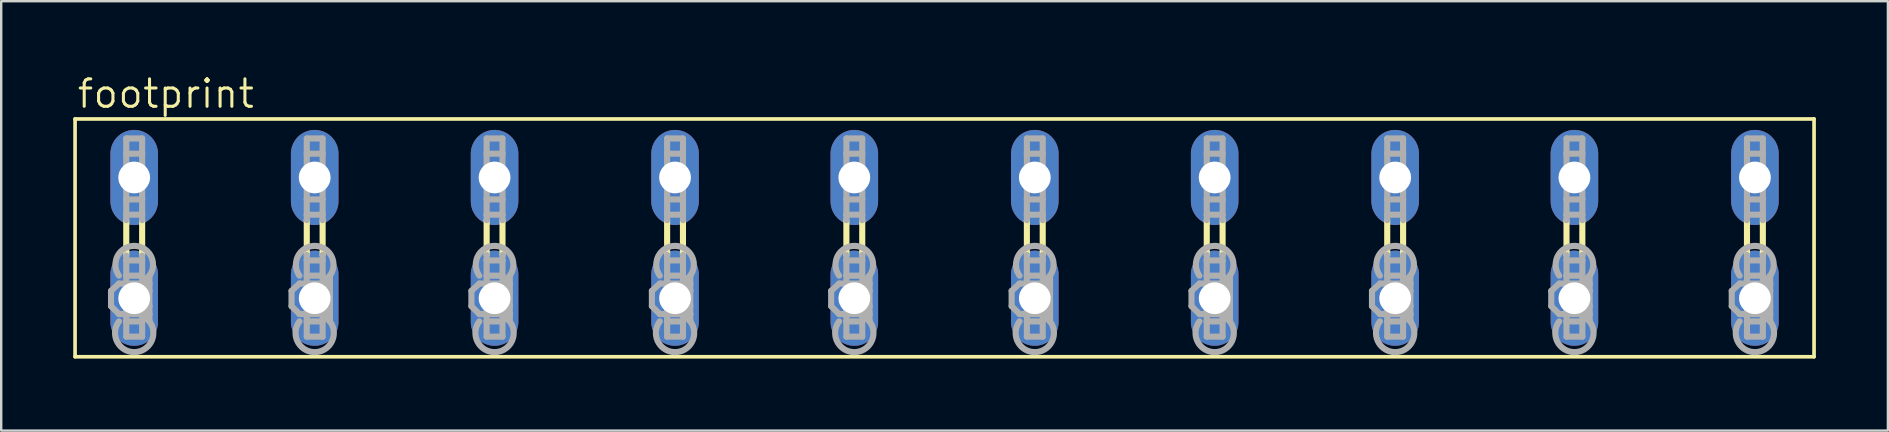
<source format=kicad_pcb>
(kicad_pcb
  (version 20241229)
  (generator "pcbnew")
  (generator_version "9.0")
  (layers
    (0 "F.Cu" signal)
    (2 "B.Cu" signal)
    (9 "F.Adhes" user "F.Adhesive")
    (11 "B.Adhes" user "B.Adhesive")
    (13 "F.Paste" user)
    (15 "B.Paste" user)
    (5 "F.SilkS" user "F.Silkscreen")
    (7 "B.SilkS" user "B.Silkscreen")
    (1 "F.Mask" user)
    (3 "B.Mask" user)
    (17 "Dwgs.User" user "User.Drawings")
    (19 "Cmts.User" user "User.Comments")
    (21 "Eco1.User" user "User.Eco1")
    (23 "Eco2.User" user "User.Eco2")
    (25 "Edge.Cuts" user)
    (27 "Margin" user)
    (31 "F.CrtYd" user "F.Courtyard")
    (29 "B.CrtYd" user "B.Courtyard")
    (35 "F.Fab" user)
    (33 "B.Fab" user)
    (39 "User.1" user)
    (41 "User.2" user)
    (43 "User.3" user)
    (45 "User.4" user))
  (footprint "footprint"
    (layer "F.Cu")
    (at 36.297 6.858)
    (property "Reference" "footprint" (at -36.195 -5.334 0) (layer "F.SilkS") (effects (font (size 1.143 1.143) (thickness 0.127)) (justify left bottom)))
    (fp_line (start -36.22 -4.953) (end -36.22 4.953) (stroke (width 0.152) (type solid)) (layer "F.SilkS"))
    (fp_line (start -36.22 -4.953) (end 36.22 -4.953) (stroke (width 0.152) (type solid)) (layer "F.SilkS"))
    (fp_line (start -34.087 0.711) (end -34.087 -0.737) (stroke (width 0.254) (type solid)) (layer "F.SilkS"))
    (fp_line (start -33.426 0.711) (end -33.426 -0.737) (stroke (width 0.254) (type solid)) (layer "F.SilkS"))
    (fp_line (start -26.568 0.711) (end -26.568 -0.737) (stroke (width 0.254) (type solid)) (layer "F.SilkS"))
    (fp_line (start -25.908 0.711) (end -25.908 -0.737) (stroke (width 0.254) (type solid)) (layer "F.SilkS"))
    (fp_line (start -19.075 0.711) (end -19.075 -0.737) (stroke (width 0.254) (type solid)) (layer "F.SilkS"))
    (fp_line (start -18.415 0.711) (end -18.415 -0.737) (stroke (width 0.254) (type solid)) (layer "F.SilkS"))
    (fp_line (start -11.557 0.711) (end -11.557 -0.737) (stroke (width 0.254) (type solid)) (layer "F.SilkS"))
    (fp_line (start -10.897 0.711) (end -10.897 -0.737) (stroke (width 0.254) (type solid)) (layer "F.SilkS"))
    (fp_line (start -4.089 0.711) (end -4.089 -0.737) (stroke (width 0.254) (type solid)) (layer "F.SilkS"))
    (fp_line (start -3.429 0.711) (end -3.429 -0.737) (stroke (width 0.254) (type solid)) (layer "F.SilkS"))
    (fp_line (start 3.429 0.711) (end 3.429 -0.737) (stroke (width 0.254) (type solid)) (layer "F.SilkS"))
    (fp_line (start 4.089 0.711) (end 4.089 -0.737) (stroke (width 0.254) (type solid)) (layer "F.SilkS"))
    (fp_line (start 10.922 0.711) (end 10.922 -0.737) (stroke (width 0.254) (type solid)) (layer "F.SilkS"))
    (fp_line (start 11.582 0.711) (end 11.582 -0.737) (stroke (width 0.254) (type solid)) (layer "F.SilkS"))
    (fp_line (start 18.44 0.711) (end 18.44 -0.737) (stroke (width 0.254) (type solid)) (layer "F.SilkS"))
    (fp_line (start 19.101 0.711) (end 19.101 -0.737) (stroke (width 0.254) (type solid)) (layer "F.SilkS"))
    (fp_line (start 25.908 0.711) (end 25.908 -0.737) (stroke (width 0.254) (type solid)) (layer "F.SilkS"))
    (fp_line (start 26.568 0.711) (end 26.568 -0.737) (stroke (width 0.254) (type solid)) (layer "F.SilkS"))
    (fp_line (start 33.426 0.711) (end 33.426 -0.737) (stroke (width 0.254) (type solid)) (layer "F.SilkS"))
    (fp_line (start 34.087 0.711) (end 34.087 -0.737) (stroke (width 0.254) (type solid)) (layer "F.SilkS"))
    (fp_line (start 36.22 4.953) (end -36.22 4.953) (stroke (width 0.152) (type solid)) (layer "F.SilkS"))
    (fp_line (start 36.22 4.953) (end 36.22 -4.953) (stroke (width 0.152) (type solid)) (layer "F.SilkS"))
    (fp_line (start -34.722 2.21) (end -34.392 1.905) (stroke (width 0.254) (type solid)) (layer "F.Fab"))
    (fp_line (start -34.722 2.845) (end -34.722 2.21) (stroke (width 0.254) (type solid)) (layer "F.Fab"))
    (fp_line (start -34.722 2.845) (end -34.392 3.175) (stroke (width 0.254) (type solid)) (layer "F.Fab"))
    (fp_line (start -34.087 -4.14) (end -33.426 -4.14) (stroke (width 0.254) (type solid)) (layer "F.Fab"))
    (fp_line (start -34.087 -3.505) (end -34.087 -4.14) (stroke (width 0.254) (type solid)) (layer "F.Fab"))
    (fp_line (start -34.087 -3.505) (end -34.087 -1.6) (stroke (width 0.254) (type solid)) (layer "F.Fab"))
    (fp_line (start -34.087 -1.6) (end -33.426 -1.6) (stroke (width 0.254) (type solid)) (layer "F.Fab"))
    (fp_line (start -34.087 -0.965) (end -34.087 -1.6) (stroke (width 0.254) (type solid)) (layer "F.Fab"))
    (fp_line (start -34.087 -0.965) (end -33.426 -0.965) (stroke (width 0.254) (type solid)) (layer "F.Fab"))
    (fp_line (start -34.087 -0.737) (end -34.087 -0.965) (stroke (width 0.254) (type solid)) (layer "F.Fab"))
    (fp_line (start -34.087 0.94) (end -34.087 0.737) (stroke (width 0.254) (type solid)) (layer "F.Fab"))
    (fp_line (start -34.087 0.94) (end -33.426 0.94) (stroke (width 0.254) (type solid)) (layer "F.Fab"))
    (fp_line (start -34.087 1.575) (end -34.087 0.94) (stroke (width 0.254) (type solid)) (layer "F.Fab"))
    (fp_line (start -34.087 1.575) (end -34.087 3.48) (stroke (width 0.254) (type solid)) (layer "F.Fab"))
    (fp_line (start -34.087 3.48) (end -34.087 4.115) (stroke (width 0.254) (type solid)) (layer "F.Fab"))
    (fp_line (start -34.087 3.48) (end -33.426 3.48) (stroke (width 0.254) (type solid)) (layer "F.Fab"))
    (fp_line (start -34.087 4.115) (end -33.426 4.115) (stroke (width 0.254) (type solid)) (layer "F.Fab"))
    (fp_line (start -33.426 -4.14) (end -33.426 -3.505) (stroke (width 0.254) (type solid)) (layer "F.Fab"))
    (fp_line (start -33.426 -3.505) (end -34.087 -3.505) (stroke (width 0.254) (type solid)) (layer "F.Fab"))
    (fp_line (start -33.426 -1.6) (end -33.426 -3.505) (stroke (width 0.254) (type solid)) (layer "F.Fab"))
    (fp_line (start -33.426 -0.965) (end -33.426 -1.6) (stroke (width 0.254) (type solid)) (layer "F.Fab"))
    (fp_line (start -33.426 -0.737) (end -33.426 -0.965) (stroke (width 0.254) (type solid)) (layer "F.Fab"))
    (fp_line (start -33.426 0.94) (end -33.426 0.737) (stroke (width 0.254) (type solid)) (layer "F.Fab"))
    (fp_line (start -33.426 0.94) (end -33.426 1.575) (stroke (width 0.254) (type solid)) (layer "F.Fab"))
    (fp_line (start -33.426 1.575) (end -34.087 1.575) (stroke (width 0.254) (type solid)) (layer "F.Fab"))
    (fp_line (start -33.426 1.905) (end -34.392 1.905) (stroke (width 0.254) (type solid)) (layer "F.Fab"))
    (fp_line (start -33.426 1.905) (end -33.426 1.575) (stroke (width 0.254) (type solid)) (layer "F.Fab"))
    (fp_line (start -33.426 1.905) (end -33.122 1.575) (stroke (width 0.254) (type solid)) (layer "F.Fab"))
    (fp_line (start -33.426 1.905) (end -33.122 2.21) (stroke (width 0.254) (type solid)) (layer "F.Fab"))
    (fp_line (start -33.426 3.175) (end -34.392 3.175) (stroke (width 0.254) (type solid)) (layer "F.Fab"))
    (fp_line (start -33.426 3.175) (end -33.426 1.905) (stroke (width 0.254) (type solid)) (layer "F.Fab"))
    (fp_line (start -33.426 3.175) (end -33.122 2.845) (stroke (width 0.254) (type solid)) (layer "F.Fab"))
    (fp_line (start -33.426 3.175) (end -33.122 3.48) (stroke (width 0.254) (type solid)) (layer "F.Fab"))
    (fp_line (start -33.426 3.48) (end -33.426 3.175) (stroke (width 0.254) (type solid)) (layer "F.Fab"))
    (fp_line (start -33.426 4.115) (end -33.426 3.48) (stroke (width 0.254) (type solid)) (layer "F.Fab"))
    (fp_line (start -33.122 1.905) (end -33.426 1.905) (stroke (width 0.254) (type solid)) (layer "F.Fab"))
    (fp_line (start -33.122 1.905) (end -33.122 1.575) (stroke (width 0.254) (type solid)) (layer "F.Fab"))
    (fp_line (start -33.122 2.21) (end -33.122 1.905) (stroke (width 0.254) (type solid)) (layer "F.Fab"))
    (fp_line (start -33.122 2.845) (end -33.122 2.21) (stroke (width 0.254) (type solid)) (layer "F.Fab"))
    (fp_line (start -33.122 3.175) (end -33.426 3.175) (stroke (width 0.254) (type solid)) (layer "F.Fab"))
    (fp_line (start -33.122 3.175) (end -33.122 2.845) (stroke (width 0.254) (type solid)) (layer "F.Fab"))
    (fp_line (start -33.122 3.48) (end -33.122 3.175) (stroke (width 0.254) (type solid)) (layer "F.Fab"))
    (fp_line (start -27.203 2.21) (end -26.873 1.905) (stroke (width 0.254) (type solid)) (layer "F.Fab"))
    (fp_line (start -27.203 2.845) (end -27.203 2.21) (stroke (width 0.254) (type solid)) (layer "F.Fab"))
    (fp_line (start -27.203 2.845) (end -26.873 3.175) (stroke (width 0.254) (type solid)) (layer "F.Fab"))
    (fp_line (start -26.568 -4.14) (end -25.908 -4.14) (stroke (width 0.254) (type solid)) (layer "F.Fab"))
    (fp_line (start -26.568 -3.505) (end -26.568 -4.14) (stroke (width 0.254) (type solid)) (layer "F.Fab"))
    (fp_line (start -26.568 -3.505) (end -26.568 -1.6) (stroke (width 0.254) (type solid)) (layer "F.Fab"))
    (fp_line (start -26.568 -1.6) (end -25.908 -1.6) (stroke (width 0.254) (type solid)) (layer "F.Fab"))
    (fp_line (start -26.568 -0.965) (end -26.568 -1.6) (stroke (width 0.254) (type solid)) (layer "F.Fab"))
    (fp_line (start -26.568 -0.965) (end -25.908 -0.965) (stroke (width 0.254) (type solid)) (layer "F.Fab"))
    (fp_line (start -26.568 -0.737) (end -26.568 -0.965) (stroke (width 0.254) (type solid)) (layer "F.Fab"))
    (fp_line (start -26.568 0.94) (end -26.568 0.711) (stroke (width 0.254) (type solid)) (layer "F.Fab"))
    (fp_line (start -26.568 0.94) (end -25.908 0.94) (stroke (width 0.254) (type solid)) (layer "F.Fab"))
    (fp_line (start -26.568 1.575) (end -26.568 0.94) (stroke (width 0.254) (type solid)) (layer "F.Fab"))
    (fp_line (start -26.568 1.575) (end -26.568 3.48) (stroke (width 0.254) (type solid)) (layer "F.Fab"))
    (fp_line (start -26.568 3.48) (end -26.568 4.115) (stroke (width 0.254) (type solid)) (layer "F.Fab"))
    (fp_line (start -26.568 3.48) (end -25.908 3.48) (stroke (width 0.254) (type solid)) (layer "F.Fab"))
    (fp_line (start -26.568 4.115) (end -25.908 4.115) (stroke (width 0.254) (type solid)) (layer "F.Fab"))
    (fp_line (start -25.908 -4.14) (end -25.908 -3.505) (stroke (width 0.254) (type solid)) (layer "F.Fab"))
    (fp_line (start -25.908 -3.505) (end -26.568 -3.505) (stroke (width 0.254) (type solid)) (layer "F.Fab"))
    (fp_line (start -25.908 -1.6) (end -25.908 -3.505) (stroke (width 0.254) (type solid)) (layer "F.Fab"))
    (fp_line (start -25.908 -0.965) (end -25.908 -1.6) (stroke (width 0.254) (type solid)) (layer "F.Fab"))
    (fp_line (start -25.908 -0.737) (end -25.908 -0.965) (stroke (width 0.254) (type solid)) (layer "F.Fab"))
    (fp_line (start -25.908 0.94) (end -25.908 0.711) (stroke (width 0.254) (type solid)) (layer "F.Fab"))
    (fp_line (start -25.908 0.94) (end -25.908 1.575) (stroke (width 0.254) (type solid)) (layer "F.Fab"))
    (fp_line (start -25.908 1.575) (end -26.568 1.575) (stroke (width 0.254) (type solid)) (layer "F.Fab"))
    (fp_line (start -25.908 1.905) (end -26.873 1.905) (stroke (width 0.254) (type solid)) (layer "F.Fab"))
    (fp_line (start -25.908 1.905) (end -25.908 1.575) (stroke (width 0.254) (type solid)) (layer "F.Fab"))
    (fp_line (start -25.908 1.905) (end -25.603 1.575) (stroke (width 0.254) (type solid)) (layer "F.Fab"))
    (fp_line (start -25.908 1.905) (end -25.603 2.21) (stroke (width 0.254) (type solid)) (layer "F.Fab"))
    (fp_line (start -25.908 3.175) (end -26.873 3.175) (stroke (width 0.254) (type solid)) (layer "F.Fab"))
    (fp_line (start -25.908 3.175) (end -25.908 1.905) (stroke (width 0.254) (type solid)) (layer "F.Fab"))
    (fp_line (start -25.908 3.175) (end -25.603 2.845) (stroke (width 0.254) (type solid)) (layer "F.Fab"))
    (fp_line (start -25.908 3.175) (end -25.603 3.48) (stroke (width 0.254) (type solid)) (layer "F.Fab"))
    (fp_line (start -25.908 3.48) (end -25.908 3.175) (stroke (width 0.254) (type solid)) (layer "F.Fab"))
    (fp_line (start -25.908 4.115) (end -25.908 3.48) (stroke (width 0.254) (type solid)) (layer "F.Fab"))
    (fp_line (start -25.603 1.905) (end -25.908 1.905) (stroke (width 0.254) (type solid)) (layer "F.Fab"))
    (fp_line (start -25.603 1.905) (end -25.603 1.575) (stroke (width 0.254) (type solid)) (layer "F.Fab"))
    (fp_line (start -25.603 2.21) (end -25.603 1.905) (stroke (width 0.254) (type solid)) (layer "F.Fab"))
    (fp_line (start -25.603 2.845) (end -25.603 2.21) (stroke (width 0.254) (type solid)) (layer "F.Fab"))
    (fp_line (start -25.603 3.175) (end -25.908 3.175) (stroke (width 0.254) (type solid)) (layer "F.Fab"))
    (fp_line (start -25.603 3.175) (end -25.603 2.845) (stroke (width 0.254) (type solid)) (layer "F.Fab"))
    (fp_line (start -25.603 3.48) (end -25.603 3.175) (stroke (width 0.254) (type solid)) (layer "F.Fab"))
    (fp_line (start -19.71 2.21) (end -19.38 1.905) (stroke (width 0.254) (type solid)) (layer "F.Fab"))
    (fp_line (start -19.71 2.845) (end -19.71 2.21) (stroke (width 0.254) (type solid)) (layer "F.Fab"))
    (fp_line (start -19.71 2.845) (end -19.38 3.175) (stroke (width 0.254) (type solid)) (layer "F.Fab"))
    (fp_line (start -19.075 -4.14) (end -18.415 -4.14) (stroke (width 0.254) (type solid)) (layer "F.Fab"))
    (fp_line (start -19.075 -3.505) (end -19.075 -4.14) (stroke (width 0.254) (type solid)) (layer "F.Fab"))
    (fp_line (start -19.075 -3.505) (end -19.075 -1.6) (stroke (width 0.254) (type solid)) (layer "F.Fab"))
    (fp_line (start -19.075 -1.6) (end -19.075 -0.965) (stroke (width 0.254) (type solid)) (layer "F.Fab"))
    (fp_line (start -19.075 -1.6) (end -18.415 -1.6) (stroke (width 0.254) (type solid)) (layer "F.Fab"))
    (fp_line (start -19.075 -0.965) (end -18.415 -0.965) (stroke (width 0.254) (type solid)) (layer "F.Fab"))
    (fp_line (start -19.075 -0.737) (end -19.075 -0.965) (stroke (width 0.254) (type solid)) (layer "F.Fab"))
    (fp_line (start -19.075 0.94) (end -19.075 0.711) (stroke (width 0.254) (type solid)) (layer "F.Fab"))
    (fp_line (start -19.075 0.94) (end -18.415 0.94) (stroke (width 0.254) (type solid)) (layer "F.Fab"))
    (fp_line (start -19.075 1.575) (end -19.075 0.94) (stroke (width 0.254) (type solid)) (layer "F.Fab"))
    (fp_line (start -19.075 1.575) (end -19.075 3.48) (stroke (width 0.254) (type solid)) (layer "F.Fab"))
    (fp_line (start -19.075 3.48) (end -19.075 4.115) (stroke (width 0.254) (type solid)) (layer "F.Fab"))
    (fp_line (start -19.075 3.48) (end -18.415 3.48) (stroke (width 0.254) (type solid)) (layer "F.Fab"))
    (fp_line (start -19.075 4.115) (end -18.415 4.115) (stroke (width 0.254) (type solid)) (layer "F.Fab"))
    (fp_line (start -18.415 -4.14) (end -18.415 -3.505) (stroke (width 0.254) (type solid)) (layer "F.Fab"))
    (fp_line (start -18.415 -3.505) (end -19.075 -3.505) (stroke (width 0.254) (type solid)) (layer "F.Fab"))
    (fp_line (start -18.415 -1.6) (end -18.415 -3.505) (stroke (width 0.254) (type solid)) (layer "F.Fab"))
    (fp_line (start -18.415 -0.965) (end -18.415 -1.6) (stroke (width 0.254) (type solid)) (layer "F.Fab"))
    (fp_line (start -18.415 -0.737) (end -18.415 -0.965) (stroke (width 0.254) (type solid)) (layer "F.Fab"))
    (fp_line (start -18.415 0.94) (end -18.415 0.711) (stroke (width 0.254) (type solid)) (layer "F.Fab"))
    (fp_line (start -18.415 0.94) (end -18.415 1.575) (stroke (width 0.254) (type solid)) (layer "F.Fab"))
    (fp_line (start -18.415 1.575) (end -19.075 1.575) (stroke (width 0.254) (type solid)) (layer "F.Fab"))
    (fp_line (start -18.415 1.905) (end -19.38 1.905) (stroke (width 0.254) (type solid)) (layer "F.Fab"))
    (fp_line (start -18.415 1.905) (end -18.415 1.575) (stroke (width 0.254) (type solid)) (layer "F.Fab"))
    (fp_line (start -18.415 1.905) (end -18.11 1.575) (stroke (width 0.254) (type solid)) (layer "F.Fab"))
    (fp_line (start -18.415 1.905) (end -18.11 2.21) (stroke (width 0.254) (type solid)) (layer "F.Fab"))
    (fp_line (start -18.415 3.175) (end -19.38 3.175) (stroke (width 0.254) (type solid)) (layer "F.Fab"))
    (fp_line (start -18.415 3.175) (end -18.415 1.905) (stroke (width 0.254) (type solid)) (layer "F.Fab"))
    (fp_line (start -18.415 3.175) (end -18.11 2.845) (stroke (width 0.254) (type solid)) (layer "F.Fab"))
    (fp_line (start -18.415 3.175) (end -18.11 3.48) (stroke (width 0.254) (type solid)) (layer "F.Fab"))
    (fp_line (start -18.415 3.48) (end -18.415 3.175) (stroke (width 0.254) (type solid)) (layer "F.Fab"))
    (fp_line (start -18.415 4.115) (end -18.415 3.48) (stroke (width 0.254) (type solid)) (layer "F.Fab"))
    (fp_line (start -18.11 1.905) (end -18.415 1.905) (stroke (width 0.254) (type solid)) (layer "F.Fab"))
    (fp_line (start -18.11 1.905) (end -18.11 1.575) (stroke (width 0.254) (type solid)) (layer "F.Fab"))
    (fp_line (start -18.11 2.21) (end -18.11 1.905) (stroke (width 0.254) (type solid)) (layer "F.Fab"))
    (fp_line (start -18.11 2.845) (end -18.11 2.21) (stroke (width 0.254) (type solid)) (layer "F.Fab"))
    (fp_line (start -18.11 3.175) (end -18.415 3.175) (stroke (width 0.254) (type solid)) (layer "F.Fab"))
    (fp_line (start -18.11 3.175) (end -18.11 2.845) (stroke (width 0.254) (type solid)) (layer "F.Fab"))
    (fp_line (start -18.11 3.48) (end -18.11 3.175) (stroke (width 0.254) (type solid)) (layer "F.Fab"))
    (fp_line (start -12.192 2.21) (end -11.862 1.905) (stroke (width 0.254) (type solid)) (layer "F.Fab"))
    (fp_line (start -12.192 2.845) (end -12.192 2.21) (stroke (width 0.254) (type solid)) (layer "F.Fab"))
    (fp_line (start -12.192 2.845) (end -11.862 3.175) (stroke (width 0.254) (type solid)) (layer "F.Fab"))
    (fp_line (start -11.557 -4.14) (end -10.897 -4.14) (stroke (width 0.254) (type solid)) (layer "F.Fab"))
    (fp_line (start -11.557 -3.505) (end -11.557 -4.14) (stroke (width 0.254) (type solid)) (layer "F.Fab"))
    (fp_line (start -11.557 -3.505) (end -11.557 -1.6) (stroke (width 0.254) (type solid)) (layer "F.Fab"))
    (fp_line (start -11.557 -1.6) (end -11.557 -0.965) (stroke (width 0.254) (type solid)) (layer "F.Fab"))
    (fp_line (start -11.557 -1.6) (end -10.897 -1.6) (stroke (width 0.254) (type solid)) (layer "F.Fab"))
    (fp_line (start -11.557 -0.965) (end -10.897 -0.965) (stroke (width 0.254) (type solid)) (layer "F.Fab"))
    (fp_line (start -11.557 -0.737) (end -11.557 -0.965) (stroke (width 0.254) (type solid)) (layer "F.Fab"))
    (fp_line (start -11.557 0.94) (end -11.557 0.711) (stroke (width 0.254) (type solid)) (layer "F.Fab"))
    (fp_line (start -11.557 0.94) (end -10.897 0.94) (stroke (width 0.254) (type solid)) (layer "F.Fab"))
    (fp_line (start -11.557 1.575) (end -11.557 0.94) (stroke (width 0.254) (type solid)) (layer "F.Fab"))
    (fp_line (start -11.557 1.575) (end -11.557 3.48) (stroke (width 0.254) (type solid)) (layer "F.Fab"))
    (fp_line (start -11.557 3.48) (end -11.557 4.115) (stroke (width 0.254) (type solid)) (layer "F.Fab"))
    (fp_line (start -11.557 3.48) (end -10.897 3.48) (stroke (width 0.254) (type solid)) (layer "F.Fab"))
    (fp_line (start -11.557 4.115) (end -10.897 4.115) (stroke (width 0.254) (type solid)) (layer "F.Fab"))
    (fp_line (start -10.897 -4.14) (end -10.897 -3.505) (stroke (width 0.254) (type solid)) (layer "F.Fab"))
    (fp_line (start -10.897 -3.505) (end -11.557 -3.505) (stroke (width 0.254) (type solid)) (layer "F.Fab"))
    (fp_line (start -10.897 -1.6) (end -10.897 -3.505) (stroke (width 0.254) (type solid)) (layer "F.Fab"))
    (fp_line (start -10.897 -0.965) (end -10.897 -1.6) (stroke (width 0.254) (type solid)) (layer "F.Fab"))
    (fp_line (start -10.897 -0.737) (end -10.897 -0.965) (stroke (width 0.254) (type solid)) (layer "F.Fab"))
    (fp_line (start -10.897 0.94) (end -10.897 0.711) (stroke (width 0.254) (type solid)) (layer "F.Fab"))
    (fp_line (start -10.897 0.94) (end -10.897 1.575) (stroke (width 0.254) (type solid)) (layer "F.Fab"))
    (fp_line (start -10.897 1.575) (end -11.557 1.575) (stroke (width 0.254) (type solid)) (layer "F.Fab"))
    (fp_line (start -10.897 1.905) (end -11.862 1.905) (stroke (width 0.254) (type solid)) (layer "F.Fab"))
    (fp_line (start -10.897 1.905) (end -10.897 1.575) (stroke (width 0.254) (type solid)) (layer "F.Fab"))
    (fp_line (start -10.897 1.905) (end -10.592 1.575) (stroke (width 0.254) (type solid)) (layer "F.Fab"))
    (fp_line (start -10.897 1.905) (end -10.592 2.21) (stroke (width 0.254) (type solid)) (layer "F.Fab"))
    (fp_line (start -10.897 3.175) (end -11.862 3.175) (stroke (width 0.254) (type solid)) (layer "F.Fab"))
    (fp_line (start -10.897 3.175) (end -10.897 1.905) (stroke (width 0.254) (type solid)) (layer "F.Fab"))
    (fp_line (start -10.897 3.175) (end -10.592 2.845) (stroke (width 0.254) (type solid)) (layer "F.Fab"))
    (fp_line (start -10.897 3.175) (end -10.592 3.48) (stroke (width 0.254) (type solid)) (layer "F.Fab"))
    (fp_line (start -10.897 3.48) (end -10.897 3.175) (stroke (width 0.254) (type solid)) (layer "F.Fab"))
    (fp_line (start -10.897 4.115) (end -10.897 3.48) (stroke (width 0.254) (type solid)) (layer "F.Fab"))
    (fp_line (start -10.592 1.905) (end -10.897 1.905) (stroke (width 0.254) (type solid)) (layer "F.Fab"))
    (fp_line (start -10.592 1.905) (end -10.592 1.575) (stroke (width 0.254) (type solid)) (layer "F.Fab"))
    (fp_line (start -10.592 2.21) (end -10.592 1.905) (stroke (width 0.254) (type solid)) (layer "F.Fab"))
    (fp_line (start -10.592 2.845) (end -10.592 2.21) (stroke (width 0.254) (type solid)) (layer "F.Fab"))
    (fp_line (start -10.592 3.175) (end -10.897 3.175) (stroke (width 0.254) (type solid)) (layer "F.Fab"))
    (fp_line (start -10.592 3.175) (end -10.592 2.845) (stroke (width 0.254) (type solid)) (layer "F.Fab"))
    (fp_line (start -10.592 3.48) (end -10.592 3.175) (stroke (width 0.254) (type solid)) (layer "F.Fab"))
    (fp_line (start -4.724 2.21) (end -4.394 1.905) (stroke (width 0.254) (type solid)) (layer "F.Fab"))
    (fp_line (start -4.724 2.845) (end -4.724 2.21) (stroke (width 0.254) (type solid)) (layer "F.Fab"))
    (fp_line (start -4.724 2.845) (end -4.394 3.175) (stroke (width 0.254) (type solid)) (layer "F.Fab"))
    (fp_line (start -4.089 -4.14) (end -3.429 -4.14) (stroke (width 0.254) (type solid)) (layer "F.Fab"))
    (fp_line (start -4.089 -3.505) (end -4.089 -4.14) (stroke (width 0.254) (type solid)) (layer "F.Fab"))
    (fp_line (start -4.089 -3.505) (end -4.089 -1.6) (stroke (width 0.254) (type solid)) (layer "F.Fab"))
    (fp_line (start -4.089 -1.6) (end -3.429 -1.6) (stroke (width 0.254) (type solid)) (layer "F.Fab"))
    (fp_line (start -4.089 -0.965) (end -4.089 -1.6) (stroke (width 0.254) (type solid)) (layer "F.Fab"))
    (fp_line (start -4.089 -0.965) (end -3.429 -0.965) (stroke (width 0.254) (type solid)) (layer "F.Fab"))
    (fp_line (start -4.089 -0.737) (end -4.089 -0.965) (stroke (width 0.254) (type solid)) (layer "F.Fab"))
    (fp_line (start -4.089 0.94) (end -4.089 0.711) (stroke (width 0.254) (type solid)) (layer "F.Fab"))
    (fp_line (start -4.089 0.94) (end -3.429 0.94) (stroke (width 0.254) (type solid)) (layer "F.Fab"))
    (fp_line (start -4.089 1.575) (end -4.089 0.94) (stroke (width 0.254) (type solid)) (layer "F.Fab"))
    (fp_line (start -4.089 1.575) (end -4.089 3.48) (stroke (width 0.254) (type solid)) (layer "F.Fab"))
    (fp_line (start -4.089 3.48) (end -4.089 4.115) (stroke (width 0.254) (type solid)) (layer "F.Fab"))
    (fp_line (start -4.089 3.48) (end -3.429 3.48) (stroke (width 0.254) (type solid)) (layer "F.Fab"))
    (fp_line (start -4.089 4.115) (end -3.429 4.115) (stroke (width 0.254) (type solid)) (layer "F.Fab"))
    (fp_line (start -3.429 -4.14) (end -3.429 -3.505) (stroke (width 0.254) (type solid)) (layer "F.Fab"))
    (fp_line (start -3.429 -3.505) (end -4.089 -3.505) (stroke (width 0.254) (type solid)) (layer "F.Fab"))
    (fp_line (start -3.429 -1.6) (end -3.429 -3.505) (stroke (width 0.254) (type solid)) (layer "F.Fab"))
    (fp_line (start -3.429 -0.965) (end -3.429 -1.6) (stroke (width 0.254) (type solid)) (layer "F.Fab"))
    (fp_line (start -3.429 -0.737) (end -3.429 -0.965) (stroke (width 0.254) (type solid)) (layer "F.Fab"))
    (fp_line (start -3.429 0.94) (end -3.429 0.711) (stroke (width 0.254) (type solid)) (layer "F.Fab"))
    (fp_line (start -3.429 0.94) (end -3.429 1.575) (stroke (width 0.254) (type solid)) (layer "F.Fab"))
    (fp_line (start -3.429 1.575) (end -4.089 1.575) (stroke (width 0.254) (type solid)) (layer "F.Fab"))
    (fp_line (start -3.429 1.905) (end -4.394 1.905) (stroke (width 0.254) (type solid)) (layer "F.Fab"))
    (fp_line (start -3.429 1.905) (end -3.429 1.575) (stroke (width 0.254) (type solid)) (layer "F.Fab"))
    (fp_line (start -3.429 1.905) (end -3.124 1.575) (stroke (width 0.254) (type solid)) (layer "F.Fab"))
    (fp_line (start -3.429 1.905) (end -3.124 2.21) (stroke (width 0.254) (type solid)) (layer "F.Fab"))
    (fp_line (start -3.429 3.175) (end -4.394 3.175) (stroke (width 0.254) (type solid)) (layer "F.Fab"))
    (fp_line (start -3.429 3.175) (end -3.429 1.905) (stroke (width 0.254) (type solid)) (layer "F.Fab"))
    (fp_line (start -3.429 3.175) (end -3.124 2.845) (stroke (width 0.254) (type solid)) (layer "F.Fab"))
    (fp_line (start -3.429 3.175) (end -3.124 3.48) (stroke (width 0.254) (type solid)) (layer "F.Fab"))
    (fp_line (start -3.429 3.48) (end -3.429 3.175) (stroke (width 0.254) (type solid)) (layer "F.Fab"))
    (fp_line (start -3.429 4.115) (end -3.429 3.48) (stroke (width 0.254) (type solid)) (layer "F.Fab"))
    (fp_line (start -3.124 1.905) (end -3.429 1.905) (stroke (width 0.254) (type solid)) (layer "F.Fab"))
    (fp_line (start -3.124 1.905) (end -3.124 1.575) (stroke (width 0.254) (type solid)) (layer "F.Fab"))
    (fp_line (start -3.124 2.21) (end -3.124 1.905) (stroke (width 0.254) (type solid)) (layer "F.Fab"))
    (fp_line (start -3.124 2.845) (end -3.124 2.21) (stroke (width 0.254) (type solid)) (layer "F.Fab"))
    (fp_line (start -3.124 3.175) (end -3.429 3.175) (stroke (width 0.254) (type solid)) (layer "F.Fab"))
    (fp_line (start -3.124 3.175) (end -3.124 2.845) (stroke (width 0.254) (type solid)) (layer "F.Fab"))
    (fp_line (start -3.124 3.48) (end -3.124 3.175) (stroke (width 0.254) (type solid)) (layer "F.Fab"))
    (fp_line (start 2.794 2.21) (end 3.124 1.905) (stroke (width 0.254) (type solid)) (layer "F.Fab"))
    (fp_line (start 2.794 2.845) (end 2.794 2.21) (stroke (width 0.254) (type solid)) (layer "F.Fab"))
    (fp_line (start 2.794 2.845) (end 3.124 3.175) (stroke (width 0.254) (type solid)) (layer "F.Fab"))
    (fp_line (start 3.429 -4.14) (end 4.089 -4.14) (stroke (width 0.254) (type solid)) (layer "F.Fab"))
    (fp_line (start 3.429 -3.505) (end 3.429 -4.14) (stroke (width 0.254) (type solid)) (layer "F.Fab"))
    (fp_line (start 3.429 -3.505) (end 3.429 -1.6) (stroke (width 0.254) (type solid)) (layer "F.Fab"))
    (fp_line (start 3.429 -1.6) (end 4.089 -1.6) (stroke (width 0.254) (type solid)) (layer "F.Fab"))
    (fp_line (start 3.429 -0.965) (end 3.429 -1.6) (stroke (width 0.254) (type solid)) (layer "F.Fab"))
    (fp_line (start 3.429 -0.965) (end 4.089 -0.965) (stroke (width 0.254) (type solid)) (layer "F.Fab"))
    (fp_line (start 3.429 -0.737) (end 3.429 -0.965) (stroke (width 0.254) (type solid)) (layer "F.Fab"))
    (fp_line (start 3.429 0.94) (end 3.429 0.711) (stroke (width 0.254) (type solid)) (layer "F.Fab"))
    (fp_line (start 3.429 0.94) (end 4.089 0.94) (stroke (width 0.254) (type solid)) (layer "F.Fab"))
    (fp_line (start 3.429 1.575) (end 3.429 0.94) (stroke (width 0.254) (type solid)) (layer "F.Fab"))
    (fp_line (start 3.429 1.575) (end 3.429 3.48) (stroke (width 0.254) (type solid)) (layer "F.Fab"))
    (fp_line (start 3.429 3.48) (end 3.429 4.115) (stroke (width 0.254) (type solid)) (layer "F.Fab"))
    (fp_line (start 3.429 3.48) (end 4.089 3.48) (stroke (width 0.254) (type solid)) (layer "F.Fab"))
    (fp_line (start 3.429 4.115) (end 4.089 4.115) (stroke (width 0.254) (type solid)) (layer "F.Fab"))
    (fp_line (start 4.089 -4.14) (end 4.089 -3.505) (stroke (width 0.254) (type solid)) (layer "F.Fab"))
    (fp_line (start 4.089 -3.505) (end 3.429 -3.505) (stroke (width 0.254) (type solid)) (layer "F.Fab"))
    (fp_line (start 4.089 -1.6) (end 4.089 -3.505) (stroke (width 0.254) (type solid)) (layer "F.Fab"))
    (fp_line (start 4.089 -0.965) (end 4.089 -1.6) (stroke (width 0.254) (type solid)) (layer "F.Fab"))
    (fp_line (start 4.089 -0.737) (end 4.089 -0.965) (stroke (width 0.254) (type solid)) (layer "F.Fab"))
    (fp_line (start 4.089 0.94) (end 4.089 0.711) (stroke (width 0.254) (type solid)) (layer "F.Fab"))
    (fp_line (start 4.089 0.94) (end 4.089 1.575) (stroke (width 0.254) (type solid)) (layer "F.Fab"))
    (fp_line (start 4.089 1.575) (end 3.429 1.575) (stroke (width 0.254) (type solid)) (layer "F.Fab"))
    (fp_line (start 4.089 1.905) (end 3.124 1.905) (stroke (width 0.254) (type solid)) (layer "F.Fab"))
    (fp_line (start 4.089 1.905) (end 4.089 1.575) (stroke (width 0.254) (type solid)) (layer "F.Fab"))
    (fp_line (start 4.089 1.905) (end 4.394 1.575) (stroke (width 0.254) (type solid)) (layer "F.Fab"))
    (fp_line (start 4.089 1.905) (end 4.394 2.21) (stroke (width 0.254) (type solid)) (layer "F.Fab"))
    (fp_line (start 4.089 3.175) (end 3.124 3.175) (stroke (width 0.254) (type solid)) (layer "F.Fab"))
    (fp_line (start 4.089 3.175) (end 4.089 1.905) (stroke (width 0.254) (type solid)) (layer "F.Fab"))
    (fp_line (start 4.089 3.175) (end 4.394 2.845) (stroke (width 0.254) (type solid)) (layer "F.Fab"))
    (fp_line (start 4.089 3.175) (end 4.394 3.48) (stroke (width 0.254) (type solid)) (layer "F.Fab"))
    (fp_line (start 4.089 3.48) (end 4.089 3.175) (stroke (width 0.254) (type solid)) (layer "F.Fab"))
    (fp_line (start 4.089 4.115) (end 4.089 3.48) (stroke (width 0.254) (type solid)) (layer "F.Fab"))
    (fp_line (start 4.394 1.905) (end 4.089 1.905) (stroke (width 0.254) (type solid)) (layer "F.Fab"))
    (fp_line (start 4.394 1.905) (end 4.394 1.575) (stroke (width 0.254) (type solid)) (layer "F.Fab"))
    (fp_line (start 4.394 2.21) (end 4.394 1.905) (stroke (width 0.254) (type solid)) (layer "F.Fab"))
    (fp_line (start 4.394 2.845) (end 4.394 2.21) (stroke (width 0.254) (type solid)) (layer "F.Fab"))
    (fp_line (start 4.394 3.175) (end 4.089 3.175) (stroke (width 0.254) (type solid)) (layer "F.Fab"))
    (fp_line (start 4.394 3.175) (end 4.394 2.845) (stroke (width 0.254) (type solid)) (layer "F.Fab"))
    (fp_line (start 4.394 3.48) (end 4.394 3.175) (stroke (width 0.254) (type solid)) (layer "F.Fab"))
    (fp_line (start 10.287 2.21) (end 10.617 1.905) (stroke (width 0.254) (type solid)) (layer "F.Fab"))
    (fp_line (start 10.287 2.845) (end 10.287 2.21) (stroke (width 0.254) (type solid)) (layer "F.Fab"))
    (fp_line (start 10.287 2.845) (end 10.617 3.175) (stroke (width 0.254) (type solid)) (layer "F.Fab"))
    (fp_line (start 10.922 -4.14) (end 11.582 -4.14) (stroke (width 0.254) (type solid)) (layer "F.Fab"))
    (fp_line (start 10.922 -3.505) (end 10.922 -4.14) (stroke (width 0.254) (type solid)) (layer "F.Fab"))
    (fp_line (start 10.922 -3.505) (end 10.922 -1.6) (stroke (width 0.254) (type solid)) (layer "F.Fab"))
    (fp_line (start 10.922 -1.6) (end 11.582 -1.6) (stroke (width 0.254) (type solid)) (layer "F.Fab"))
    (fp_line (start 10.922 -0.965) (end 10.922 -1.6) (stroke (width 0.254) (type solid)) (layer "F.Fab"))
    (fp_line (start 10.922 -0.965) (end 11.582 -0.965) (stroke (width 0.254) (type solid)) (layer "F.Fab"))
    (fp_line (start 10.922 -0.737) (end 10.922 -0.965) (stroke (width 0.254) (type solid)) (layer "F.Fab"))
    (fp_line (start 10.922 0.94) (end 10.922 0.711) (stroke (width 0.254) (type solid)) (layer "F.Fab"))
    (fp_line (start 10.922 0.94) (end 11.582 0.94) (stroke (width 0.254) (type solid)) (layer "F.Fab"))
    (fp_line (start 10.922 1.575) (end 10.922 0.94) (stroke (width 0.254) (type solid)) (layer "F.Fab"))
    (fp_line (start 10.922 1.575) (end 10.922 3.48) (stroke (width 0.254) (type solid)) (layer "F.Fab"))
    (fp_line (start 10.922 3.48) (end 10.922 4.115) (stroke (width 0.254) (type solid)) (layer "F.Fab"))
    (fp_line (start 10.922 3.48) (end 11.582 3.48) (stroke (width 0.254) (type solid)) (layer "F.Fab"))
    (fp_line (start 10.922 4.115) (end 11.582 4.115) (stroke (width 0.254) (type solid)) (layer "F.Fab"))
    (fp_line (start 11.582 -4.14) (end 11.582 -3.505) (stroke (width 0.254) (type solid)) (layer "F.Fab"))
    (fp_line (start 11.582 -3.505) (end 10.922 -3.505) (stroke (width 0.254) (type solid)) (layer "F.Fab"))
    (fp_line (start 11.582 -1.6) (end 11.582 -3.505) (stroke (width 0.254) (type solid)) (layer "F.Fab"))
    (fp_line (start 11.582 -0.965) (end 11.582 -1.6) (stroke (width 0.254) (type solid)) (layer "F.Fab"))
    (fp_line (start 11.582 -0.737) (end 11.582 -0.965) (stroke (width 0.254) (type solid)) (layer "F.Fab"))
    (fp_line (start 11.582 0.94) (end 11.582 0.711) (stroke (width 0.254) (type solid)) (layer "F.Fab"))
    (fp_line (start 11.582 0.94) (end 11.582 1.575) (stroke (width 0.254) (type solid)) (layer "F.Fab"))
    (fp_line (start 11.582 1.575) (end 10.922 1.575) (stroke (width 0.254) (type solid)) (layer "F.Fab"))
    (fp_line (start 11.582 1.905) (end 10.617 1.905) (stroke (width 0.254) (type solid)) (layer "F.Fab"))
    (fp_line (start 11.582 1.905) (end 11.582 1.575) (stroke (width 0.254) (type solid)) (layer "F.Fab"))
    (fp_line (start 11.582 1.905) (end 11.887 1.575) (stroke (width 0.254) (type solid)) (layer "F.Fab"))
    (fp_line (start 11.582 1.905) (end 11.887 2.21) (stroke (width 0.254) (type solid)) (layer "F.Fab"))
    (fp_line (start 11.582 3.175) (end 10.617 3.175) (stroke (width 0.254) (type solid)) (layer "F.Fab"))
    (fp_line (start 11.582 3.175) (end 11.582 1.905) (stroke (width 0.254) (type solid)) (layer "F.Fab"))
    (fp_line (start 11.582 3.175) (end 11.887 2.845) (stroke (width 0.254) (type solid)) (layer "F.Fab"))
    (fp_line (start 11.582 3.175) (end 11.887 3.48) (stroke (width 0.254) (type solid)) (layer "F.Fab"))
    (fp_line (start 11.582 3.48) (end 11.582 3.175) (stroke (width 0.254) (type solid)) (layer "F.Fab"))
    (fp_line (start 11.582 4.115) (end 11.582 3.48) (stroke (width 0.254) (type solid)) (layer "F.Fab"))
    (fp_line (start 11.887 1.905) (end 11.582 1.905) (stroke (width 0.254) (type solid)) (layer "F.Fab"))
    (fp_line (start 11.887 1.905) (end 11.887 1.575) (stroke (width 0.254) (type solid)) (layer "F.Fab"))
    (fp_line (start 11.887 2.21) (end 11.887 1.905) (stroke (width 0.254) (type solid)) (layer "F.Fab"))
    (fp_line (start 11.887 2.845) (end 11.887 2.21) (stroke (width 0.254) (type solid)) (layer "F.Fab"))
    (fp_line (start 11.887 3.175) (end 11.582 3.175) (stroke (width 0.254) (type solid)) (layer "F.Fab"))
    (fp_line (start 11.887 3.175) (end 11.887 2.845) (stroke (width 0.254) (type solid)) (layer "F.Fab"))
    (fp_line (start 11.887 3.48) (end 11.887 3.175) (stroke (width 0.254) (type solid)) (layer "F.Fab"))
    (fp_line (start 17.805 2.21) (end 18.136 1.905) (stroke (width 0.254) (type solid)) (layer "F.Fab"))
    (fp_line (start 17.805 2.845) (end 17.805 2.21) (stroke (width 0.254) (type solid)) (layer "F.Fab"))
    (fp_line (start 17.805 2.845) (end 18.136 3.175) (stroke (width 0.254) (type solid)) (layer "F.Fab"))
    (fp_line (start 18.44 -4.14) (end 19.101 -4.14) (stroke (width 0.254) (type solid)) (layer "F.Fab"))
    (fp_line (start 18.44 -3.505) (end 18.44 -4.14) (stroke (width 0.254) (type solid)) (layer "F.Fab"))
    (fp_line (start 18.44 -3.505) (end 18.44 -1.6) (stroke (width 0.254) (type solid)) (layer "F.Fab"))
    (fp_line (start 18.44 -1.6) (end 18.44 -0.965) (stroke (width 0.254) (type solid)) (layer "F.Fab"))
    (fp_line (start 18.44 -1.6) (end 19.101 -1.6) (stroke (width 0.254) (type solid)) (layer "F.Fab"))
    (fp_line (start 18.44 -0.965) (end 19.101 -0.965) (stroke (width 0.254) (type solid)) (layer "F.Fab"))
    (fp_line (start 18.44 -0.737) (end 18.44 -0.965) (stroke (width 0.254) (type solid)) (layer "F.Fab"))
    (fp_line (start 18.44 0.94) (end 18.44 0.711) (stroke (width 0.254) (type solid)) (layer "F.Fab"))
    (fp_line (start 18.44 0.94) (end 19.101 0.94) (stroke (width 0.254) (type solid)) (layer "F.Fab"))
    (fp_line (start 18.44 1.575) (end 18.44 0.94) (stroke (width 0.254) (type solid)) (layer "F.Fab"))
    (fp_line (start 18.44 1.575) (end 18.44 3.48) (stroke (width 0.254) (type solid)) (layer "F.Fab"))
    (fp_line (start 18.44 3.48) (end 18.44 4.115) (stroke (width 0.254) (type solid)) (layer "F.Fab"))
    (fp_line (start 18.44 3.48) (end 19.101 3.48) (stroke (width 0.254) (type solid)) (layer "F.Fab"))
    (fp_line (start 18.44 4.115) (end 19.101 4.115) (stroke (width 0.254) (type solid)) (layer "F.Fab"))
    (fp_line (start 19.101 -4.14) (end 19.101 -3.505) (stroke (width 0.254) (type solid)) (layer "F.Fab"))
    (fp_line (start 19.101 -3.505) (end 18.44 -3.505) (stroke (width 0.254) (type solid)) (layer "F.Fab"))
    (fp_line (start 19.101 -1.6) (end 19.101 -3.505) (stroke (width 0.254) (type solid)) (layer "F.Fab"))
    (fp_line (start 19.101 -0.965) (end 19.101 -1.6) (stroke (width 0.254) (type solid)) (layer "F.Fab"))
    (fp_line (start 19.101 -0.737) (end 19.101 -0.965) (stroke (width 0.254) (type solid)) (layer "F.Fab"))
    (fp_line (start 19.101 0.94) (end 19.101 0.711) (stroke (width 0.254) (type solid)) (layer "F.Fab"))
    (fp_line (start 19.101 0.94) (end 19.101 1.575) (stroke (width 0.254) (type solid)) (layer "F.Fab"))
    (fp_line (start 19.101 1.575) (end 18.44 1.575) (stroke (width 0.254) (type solid)) (layer "F.Fab"))
    (fp_line (start 19.101 1.905) (end 18.136 1.905) (stroke (width 0.254) (type solid)) (layer "F.Fab"))
    (fp_line (start 19.101 1.905) (end 19.101 1.575) (stroke (width 0.254) (type solid)) (layer "F.Fab"))
    (fp_line (start 19.101 1.905) (end 19.406 1.575) (stroke (width 0.254) (type solid)) (layer "F.Fab"))
    (fp_line (start 19.101 1.905) (end 19.406 2.21) (stroke (width 0.254) (type solid)) (layer "F.Fab"))
    (fp_line (start 19.101 3.175) (end 18.136 3.175) (stroke (width 0.254) (type solid)) (layer "F.Fab"))
    (fp_line (start 19.101 3.175) (end 19.101 1.905) (stroke (width 0.254) (type solid)) (layer "F.Fab"))
    (fp_line (start 19.101 3.175) (end 19.406 2.845) (stroke (width 0.254) (type solid)) (layer "F.Fab"))
    (fp_line (start 19.101 3.175) (end 19.406 3.48) (stroke (width 0.254) (type solid)) (layer "F.Fab"))
    (fp_line (start 19.101 3.48) (end 19.101 3.175) (stroke (width 0.254) (type solid)) (layer "F.Fab"))
    (fp_line (start 19.101 4.115) (end 19.101 3.48) (stroke (width 0.254) (type solid)) (layer "F.Fab"))
    (fp_line (start 19.406 1.905) (end 19.101 1.905) (stroke (width 0.254) (type solid)) (layer "F.Fab"))
    (fp_line (start 19.406 1.905) (end 19.406 1.575) (stroke (width 0.254) (type solid)) (layer "F.Fab"))
    (fp_line (start 19.406 2.21) (end 19.406 1.905) (stroke (width 0.254) (type solid)) (layer "F.Fab"))
    (fp_line (start 19.406 2.845) (end 19.406 2.21) (stroke (width 0.254) (type solid)) (layer "F.Fab"))
    (fp_line (start 19.406 3.175) (end 19.101 3.175) (stroke (width 0.254) (type solid)) (layer "F.Fab"))
    (fp_line (start 19.406 3.175) (end 19.406 2.845) (stroke (width 0.254) (type solid)) (layer "F.Fab"))
    (fp_line (start 19.406 3.48) (end 19.406 3.175) (stroke (width 0.254) (type solid)) (layer "F.Fab"))
    (fp_line (start 25.273 2.21) (end 25.603 1.905) (stroke (width 0.254) (type solid)) (layer "F.Fab"))
    (fp_line (start 25.273 2.845) (end 25.273 2.21) (stroke (width 0.254) (type solid)) (layer "F.Fab"))
    (fp_line (start 25.273 2.845) (end 25.603 3.175) (stroke (width 0.254) (type solid)) (layer "F.Fab"))
    (fp_line (start 25.908 -4.14) (end 26.568 -4.14) (stroke (width 0.254) (type solid)) (layer "F.Fab"))
    (fp_line (start 25.908 -3.505) (end 25.908 -4.14) (stroke (width 0.254) (type solid)) (layer "F.Fab"))
    (fp_line (start 25.908 -3.505) (end 25.908 -1.6) (stroke (width 0.254) (type solid)) (layer "F.Fab"))
    (fp_line (start 25.908 -1.6) (end 25.908 -0.965) (stroke (width 0.254) (type solid)) (layer "F.Fab"))
    (fp_line (start 25.908 -1.6) (end 26.568 -1.6) (stroke (width 0.254) (type solid)) (layer "F.Fab"))
    (fp_line (start 25.908 -0.965) (end 26.568 -0.965) (stroke (width 0.254) (type solid)) (layer "F.Fab"))
    (fp_line (start 25.908 -0.737) (end 25.908 -0.965) (stroke (width 0.254) (type solid)) (layer "F.Fab"))
    (fp_line (start 25.908 0.94) (end 25.908 0.711) (stroke (width 0.254) (type solid)) (layer "F.Fab"))
    (fp_line (start 25.908 0.94) (end 26.568 0.94) (stroke (width 0.254) (type solid)) (layer "F.Fab"))
    (fp_line (start 25.908 1.575) (end 25.908 0.94) (stroke (width 0.254) (type solid)) (layer "F.Fab"))
    (fp_line (start 25.908 1.575) (end 25.908 3.48) (stroke (width 0.254) (type solid)) (layer "F.Fab"))
    (fp_line (start 25.908 3.48) (end 25.908 4.115) (stroke (width 0.254) (type solid)) (layer "F.Fab"))
    (fp_line (start 25.908 3.48) (end 26.568 3.48) (stroke (width 0.254) (type solid)) (layer "F.Fab"))
    (fp_line (start 25.908 4.115) (end 26.568 4.115) (stroke (width 0.254) (type solid)) (layer "F.Fab"))
    (fp_line (start 26.568 -4.14) (end 26.568 -3.505) (stroke (width 0.254) (type solid)) (layer "F.Fab"))
    (fp_line (start 26.568 -3.505) (end 25.908 -3.505) (stroke (width 0.254) (type solid)) (layer "F.Fab"))
    (fp_line (start 26.568 -1.6) (end 26.568 -3.505) (stroke (width 0.254) (type solid)) (layer "F.Fab"))
    (fp_line (start 26.568 -0.965) (end 26.568 -1.6) (stroke (width 0.254) (type solid)) (layer "F.Fab"))
    (fp_line (start 26.568 -0.737) (end 26.568 -0.965) (stroke (width 0.254) (type solid)) (layer "F.Fab"))
    (fp_line (start 26.568 0.94) (end 26.568 0.711) (stroke (width 0.254) (type solid)) (layer "F.Fab"))
    (fp_line (start 26.568 0.94) (end 26.568 1.575) (stroke (width 0.254) (type solid)) (layer "F.Fab"))
    (fp_line (start 26.568 1.575) (end 25.908 1.575) (stroke (width 0.254) (type solid)) (layer "F.Fab"))
    (fp_line (start 26.568 1.905) (end 25.603 1.905) (stroke (width 0.254) (type solid)) (layer "F.Fab"))
    (fp_line (start 26.568 1.905) (end 26.568 1.575) (stroke (width 0.254) (type solid)) (layer "F.Fab"))
    (fp_line (start 26.568 1.905) (end 26.873 1.575) (stroke (width 0.254) (type solid)) (layer "F.Fab"))
    (fp_line (start 26.568 1.905) (end 26.873 2.21) (stroke (width 0.254) (type solid)) (layer "F.Fab"))
    (fp_line (start 26.568 3.175) (end 25.603 3.175) (stroke (width 0.254) (type solid)) (layer "F.Fab"))
    (fp_line (start 26.568 3.175) (end 26.568 1.905) (stroke (width 0.254) (type solid)) (layer "F.Fab"))
    (fp_line (start 26.568 3.175) (end 26.873 2.845) (stroke (width 0.254) (type solid)) (layer "F.Fab"))
    (fp_line (start 26.568 3.175) (end 26.873 3.48) (stroke (width 0.254) (type solid)) (layer "F.Fab"))
    (fp_line (start 26.568 3.48) (end 26.568 3.175) (stroke (width 0.254) (type solid)) (layer "F.Fab"))
    (fp_line (start 26.568 4.115) (end 26.568 3.48) (stroke (width 0.254) (type solid)) (layer "F.Fab"))
    (fp_line (start 26.873 1.905) (end 26.568 1.905) (stroke (width 0.254) (type solid)) (layer "F.Fab"))
    (fp_line (start 26.873 1.905) (end 26.873 1.575) (stroke (width 0.254) (type solid)) (layer "F.Fab"))
    (fp_line (start 26.873 2.21) (end 26.873 1.905) (stroke (width 0.254) (type solid)) (layer "F.Fab"))
    (fp_line (start 26.873 2.845) (end 26.873 2.21) (stroke (width 0.254) (type solid)) (layer "F.Fab"))
    (fp_line (start 26.873 3.175) (end 26.568 3.175) (stroke (width 0.254) (type solid)) (layer "F.Fab"))
    (fp_line (start 26.873 3.175) (end 26.873 2.845) (stroke (width 0.254) (type solid)) (layer "F.Fab"))
    (fp_line (start 26.873 3.48) (end 26.873 3.175) (stroke (width 0.254) (type solid)) (layer "F.Fab"))
    (fp_line (start 32.791 2.21) (end 33.122 1.905) (stroke (width 0.254) (type solid)) (layer "F.Fab"))
    (fp_line (start 32.791 2.845) (end 32.791 2.21) (stroke (width 0.254) (type solid)) (layer "F.Fab"))
    (fp_line (start 32.791 2.845) (end 33.122 3.175) (stroke (width 0.254) (type solid)) (layer "F.Fab"))
    (fp_line (start 33.426 -4.14) (end 34.087 -4.14) (stroke (width 0.254) (type solid)) (layer "F.Fab"))
    (fp_line (start 33.426 -3.505) (end 33.426 -4.14) (stroke (width 0.254) (type solid)) (layer "F.Fab"))
    (fp_line (start 33.426 -3.505) (end 33.426 -1.6) (stroke (width 0.254) (type solid)) (layer "F.Fab"))
    (fp_line (start 33.426 -1.6) (end 34.087 -1.6) (stroke (width 0.254) (type solid)) (layer "F.Fab"))
    (fp_line (start 33.426 -0.965) (end 33.426 -1.6) (stroke (width 0.254) (type solid)) (layer "F.Fab"))
    (fp_line (start 33.426 -0.965) (end 34.087 -0.965) (stroke (width 0.254) (type solid)) (layer "F.Fab"))
    (fp_line (start 33.426 -0.737) (end 33.426 -0.965) (stroke (width 0.254) (type solid)) (layer "F.Fab"))
    (fp_line (start 33.426 0.94) (end 33.426 0.711) (stroke (width 0.254) (type solid)) (layer "F.Fab"))
    (fp_line (start 33.426 0.94) (end 34.087 0.94) (stroke (width 0.254) (type solid)) (layer "F.Fab"))
    (fp_line (start 33.426 1.575) (end 33.426 0.94) (stroke (width 0.254) (type solid)) (layer "F.Fab"))
    (fp_line (start 33.426 1.575) (end 33.426 3.48) (stroke (width 0.254) (type solid)) (layer "F.Fab"))
    (fp_line (start 33.426 3.48) (end 33.426 4.115) (stroke (width 0.254) (type solid)) (layer "F.Fab"))
    (fp_line (start 33.426 3.48) (end 34.087 3.48) (stroke (width 0.254) (type solid)) (layer "F.Fab"))
    (fp_line (start 33.426 4.115) (end 34.087 4.115) (stroke (width 0.254) (type solid)) (layer "F.Fab"))
    (fp_line (start 34.087 -4.14) (end 34.087 -3.505) (stroke (width 0.254) (type solid)) (layer "F.Fab"))
    (fp_line (start 34.087 -3.505) (end 33.426 -3.505) (stroke (width 0.254) (type solid)) (layer "F.Fab"))
    (fp_line (start 34.087 -1.6) (end 34.087 -3.505) (stroke (width 0.254) (type solid)) (layer "F.Fab"))
    (fp_line (start 34.087 -0.965) (end 34.087 -1.6) (stroke (width 0.254) (type solid)) (layer "F.Fab"))
    (fp_line (start 34.087 -0.737) (end 34.087 -0.965) (stroke (width 0.254) (type solid)) (layer "F.Fab"))
    (fp_line (start 34.087 0.94) (end 34.087 0.711) (stroke (width 0.254) (type solid)) (layer "F.Fab"))
    (fp_line (start 34.087 0.94) (end 34.087 1.575) (stroke (width 0.254) (type solid)) (layer "F.Fab"))
    (fp_line (start 34.087 1.575) (end 33.426 1.575) (stroke (width 0.254) (type solid)) (layer "F.Fab"))
    (fp_line (start 34.087 1.905) (end 33.122 1.905) (stroke (width 0.254) (type solid)) (layer "F.Fab"))
    (fp_line (start 34.087 1.905) (end 34.087 1.575) (stroke (width 0.254) (type solid)) (layer "F.Fab"))
    (fp_line (start 34.087 1.905) (end 34.392 1.575) (stroke (width 0.254) (type solid)) (layer "F.Fab"))
    (fp_line (start 34.087 1.905) (end 34.392 2.21) (stroke (width 0.254) (type solid)) (layer "F.Fab"))
    (fp_line (start 34.087 3.175) (end 33.122 3.175) (stroke (width 0.254) (type solid)) (layer "F.Fab"))
    (fp_line (start 34.087 3.175) (end 34.087 1.905) (stroke (width 0.254) (type solid)) (layer "F.Fab"))
    (fp_line (start 34.087 3.175) (end 34.392 2.845) (stroke (width 0.254) (type solid)) (layer "F.Fab"))
    (fp_line (start 34.087 3.175) (end 34.392 3.48) (stroke (width 0.254) (type solid)) (layer "F.Fab"))
    (fp_line (start 34.087 3.48) (end 34.087 3.175) (stroke (width 0.254) (type solid)) (layer "F.Fab"))
    (fp_line (start 34.087 4.115) (end 34.087 3.48) (stroke (width 0.254) (type solid)) (layer "F.Fab"))
    (fp_line (start 34.392 1.905) (end 34.087 1.905) (stroke (width 0.254) (type solid)) (layer "F.Fab"))
    (fp_line (start 34.392 1.905) (end 34.392 1.575) (stroke (width 0.254) (type solid)) (layer "F.Fab"))
    (fp_line (start 34.392 2.21) (end 34.392 1.905) (stroke (width 0.254) (type solid)) (layer "F.Fab"))
    (fp_line (start 34.392 2.845) (end 34.392 2.21) (stroke (width 0.254) (type solid)) (layer "F.Fab"))
    (fp_line (start 34.392 3.175) (end 34.087 3.175) (stroke (width 0.254) (type solid)) (layer "F.Fab"))
    (fp_line (start 34.392 3.175) (end 34.392 2.845) (stroke (width 0.254) (type solid)) (layer "F.Fab"))
    (fp_line (start 34.392 3.48) (end 34.392 3.175) (stroke (width 0.254) (type solid)) (layer "F.Fab"))
    (fp_arc (start -34.3916 1.5748) (mid -33.756601 0.33513) (end -33.121599 1.574799) (stroke (width 0.254) (type solid)) (layer "F.Fab"))
    (fp_arc (start -33.1216 3.4798) (mid -33.7566 4.759976) (end -34.3916 3.4798) (stroke (width 0.254) (type solid)) (layer "F.Fab"))
    (fp_arc (start -26.8732 1.5748) (mid -26.238201 0.33513) (end -25.603199 1.574799) (stroke (width 0.254) (type solid)) (layer "F.Fab"))
    (fp_arc (start -25.6032 3.4798) (mid -26.2382 4.759976) (end -26.8732 3.4798) (stroke (width 0.254) (type solid)) (layer "F.Fab"))
    (fp_arc (start -19.3802 1.5748) (mid -18.745201 0.33513) (end -18.110199 1.574799) (stroke (width 0.254) (type solid)) (layer "F.Fab"))
    (fp_arc (start -18.1102 3.4798) (mid -18.7452 4.759976) (end -19.3802 3.4798) (stroke (width 0.254) (type solid)) (layer "F.Fab"))
    (fp_arc (start -11.8618 1.5748) (mid -11.226801 0.33513) (end -10.591799 1.574799) (stroke (width 0.254) (type solid)) (layer "F.Fab"))
    (fp_arc (start -10.5918 3.4798) (mid -11.2268 4.759976) (end -11.8618 3.4798) (stroke (width 0.254) (type solid)) (layer "F.Fab"))
    (fp_arc (start -4.3942 1.5748) (mid -3.759201 0.33513) (end -3.124199 1.574799) (stroke (width 0.254) (type solid)) (layer "F.Fab"))
    (fp_arc (start -3.1242 3.4798) (mid -3.7592 4.759976) (end -4.3942 3.4798) (stroke (width 0.254) (type solid)) (layer "F.Fab"))
    (fp_arc (start 3.1242 1.5748) (mid 3.759199 0.33513) (end 4.394201 1.574799) (stroke (width 0.254) (type solid)) (layer "F.Fab"))
    (fp_arc (start 4.3942 3.4798) (mid 3.7592 4.759976) (end 3.1242 3.4798) (stroke (width 0.254) (type solid)) (layer "F.Fab"))
    (fp_arc (start 10.6172 1.5748) (mid 11.252199 0.33513) (end 11.887201 1.574799) (stroke (width 0.254) (type solid)) (layer "F.Fab"))
    (fp_arc (start 11.8872 3.4798) (mid 11.2522 4.759976) (end 10.6172 3.4798) (stroke (width 0.254) (type solid)) (layer "F.Fab"))
    (fp_arc (start 18.1356 1.5748) (mid 18.770599 0.33513) (end 19.405601 1.574799) (stroke (width 0.254) (type solid)) (layer "F.Fab"))
    (fp_arc (start 19.4056 3.4798) (mid 18.7706 4.759976) (end 18.1356 3.4798) (stroke (width 0.254) (type solid)) (layer "F.Fab"))
    (fp_arc (start 25.6032 1.5748) (mid 26.238199 0.33513) (end 26.873201 1.574799) (stroke (width 0.254) (type solid)) (layer "F.Fab"))
    (fp_arc (start 26.8732 3.4798) (mid 26.2382 4.759976) (end 25.6032 3.4798) (stroke (width 0.254) (type solid)) (layer "F.Fab"))
    (fp_arc (start 33.1216 1.5748) (mid 33.756599 0.33513) (end 34.391601 1.574799) (stroke (width 0.254) (type solid)) (layer "F.Fab"))
    (fp_arc (start 34.3916 3.4798) (mid 33.7566 4.759976) (end 33.1216 3.4798) (stroke (width 0.254) (type solid)) (layer "F.Fab"))
    (pad "1" thru_hole oval (at -33.757 2.515 90) (size 3.962 1.981) (drill 1.321) (layers "*.Cu" "*.Mask"))
    (pad "2" thru_hole oval (at -33.757 -2.515 90) (size 3.962 1.981) (drill 1.321) (layers "*.Cu" "*.Mask"))
    (pad "3" thru_hole oval (at -26.238 2.515 90) (size 3.962 1.981) (drill 1.321) (layers "*.Cu" "*.Mask"))
    (pad "4" thru_hole oval (at -26.238 -2.515 90) (size 3.962 1.981) (drill 1.321) (layers "*.Cu" "*.Mask"))
    (pad "5" thru_hole oval (at -18.745 2.515 90) (size 3.962 1.981) (drill 1.321) (layers "*.Cu" "*.Mask"))
    (pad "6" thru_hole oval (at -18.745 -2.515 90) (size 3.962 1.981) (drill 1.321) (layers "*.Cu" "*.Mask"))
    (pad "7" thru_hole oval (at -11.227 2.515 90) (size 3.962 1.981) (drill 1.321) (layers "*.Cu" "*.Mask"))
    (pad "8" thru_hole oval (at -11.227 -2.515 90) (size 3.962 1.981) (drill 1.321) (layers "*.Cu" "*.Mask"))
    (pad "9" thru_hole oval (at -3.759 2.515 90) (size 3.962 1.981) (drill 1.321) (layers "*.Cu" "*.Mask"))
    (pad "10" thru_hole oval (at -3.759 -2.515 90) (size 3.962 1.981) (drill 1.321) (layers "*.Cu" "*.Mask"))
    (pad "11" thru_hole oval (at 3.759 2.515 90) (size 3.962 1.981) (drill 1.321) (layers "*.Cu" "*.Mask"))
    (pad "12" thru_hole oval (at 3.759 -2.515 90) (size 3.962 1.981) (drill 1.321) (layers "*.Cu" "*.Mask"))
    (pad "13" thru_hole oval (at 11.252 2.515 90) (size 3.962 1.981) (drill 1.321) (layers "*.Cu" "*.Mask"))
    (pad "14" thru_hole oval (at 11.252 -2.515 90) (size 3.962 1.981) (drill 1.321) (layers "*.Cu" "*.Mask"))
    (pad "15" thru_hole oval (at 18.771 2.515 90) (size 3.962 1.981) (drill 1.321) (layers "*.Cu" "*.Mask"))
    (pad "16" thru_hole oval (at 18.771 -2.515 90) (size 3.962 1.981) (drill 1.321) (layers "*.Cu" "*.Mask"))
    (pad "17" thru_hole oval (at 26.238 2.515 90) (size 3.962 1.981) (drill 1.321) (layers "*.Cu" "*.Mask"))
    (pad "18" thru_hole oval (at 26.238 -2.515 90) (size 3.962 1.981) (drill 1.321) (layers "*.Cu" "*.Mask"))
    (pad "19" thru_hole oval (at 33.757 2.515 90) (size 3.962 1.981) (drill 1.321) (layers "*.Cu" "*.Mask"))
    (pad "20" thru_hole oval (at 33.757 -2.515 90) (size 3.962 1.981) (drill 1.321) (layers "*.Cu" "*.Mask")))
  (gr_rect
    (start -3 -3)
    (end 75.593 14.887)
    (stroke (width 0.1) (type default))
    (fill no)
    (layer "Edge.Cuts")))
</source>
